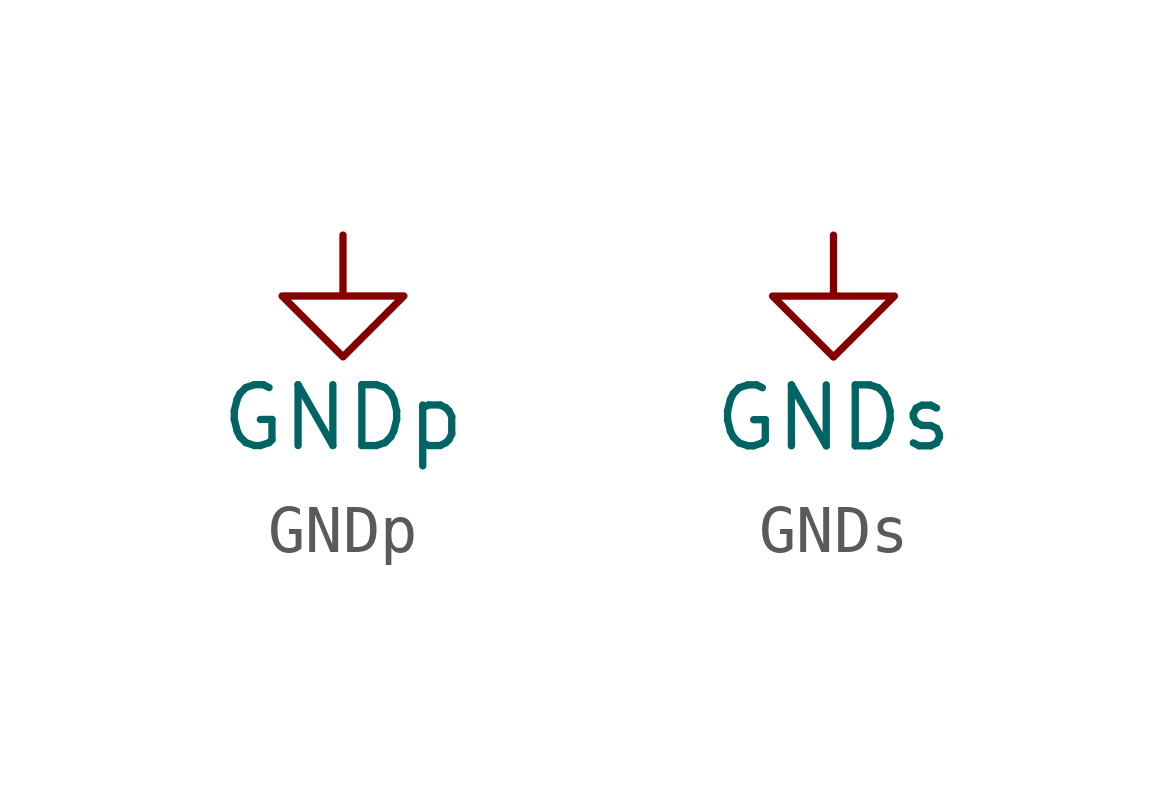
<source format=kicad_sym>
(kicad_symbol_lib
  (version 20210619)
  (generator kicad_symbol_editor)
  (symbol "GNDp"
    (power)
    (pin_names
      (offset 0))
    (property "Reference" "#PWR"
      (at 0 -6.35 0)
      (effects (font (size 1.27 1.27)) hide))
    (property "Value" "GNDp"
      (at 0 -3.81 0)
      (effects (font (size 1.27 1.27))))
    (symbol "GNDp_0_1"
      (polyline (pts (xy 0 0) (xy 0 -1.27) (xy 1.27 -1.27) (xy 0 -2.54) (xy -1.27 -1.27) (xy 0 -1.27)) (stroke (width 0)) (fill (type none))))
    (symbol "GNDp_1_1"
      (pin power_in line (at 0 0 270) (length 0) hide (name "GNDp" (effects (font (size 1.27 1.27)))) (number "1" (effects (font (size 1.27 1.27)))))))
  (symbol "GNDs"
    (power)
    (pin_names
      (offset 0))
    (property "Reference" "#PWR"
      (at 0 -6.35 0)
      (effects (font (size 1.27 1.27)) hide))
    (property "Value" "GNDs"
      (at 0 -3.81 0)
      (effects (font (size 1.27 1.27))))
    (symbol "GNDs_0_1"
      (polyline (pts (xy 0 0) (xy 0 -1.27) (xy 1.27 -1.27) (xy 0 -2.54) (xy -1.27 -1.27) (xy 0 -1.27)) (stroke (width 0)) (fill (type none))))
    (symbol "GNDs_1_1"
      (pin power_in line (at 0 0 270) (length 0) hide (name "GNDs" (effects (font (size 1.27 1.27)))) (number "1" (effects (font (size 1.27 1.27))))))))
</source>
